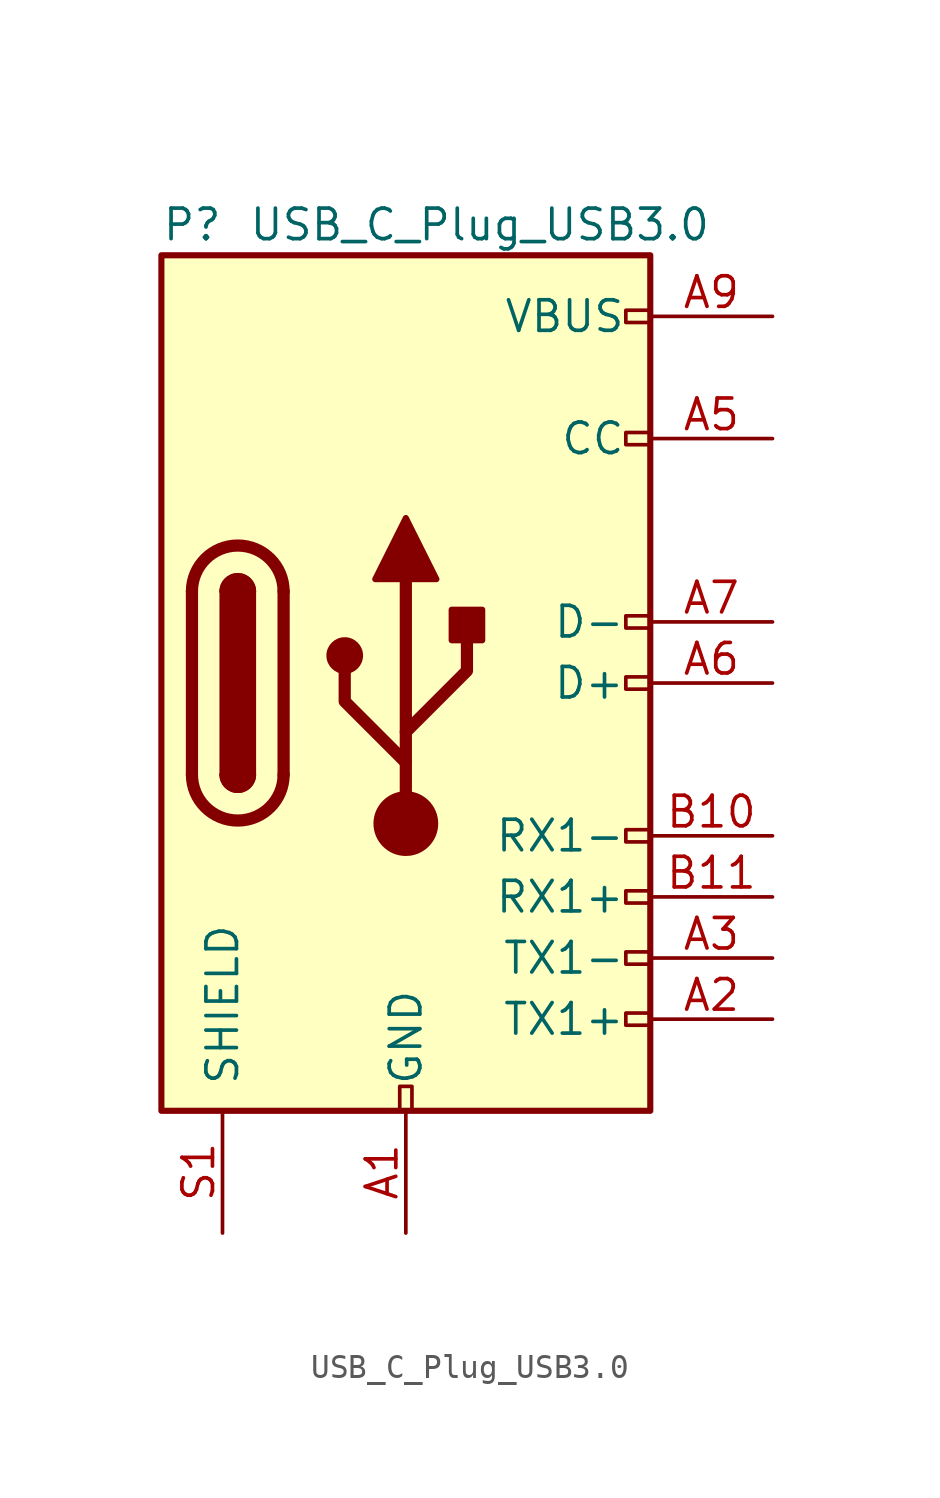
<source format=kicad_sym>
(kicad_symbol_lib
  (version 20231120)
  (generator "kicad_symbol_editor")
  (generator_version "8.0")
  (symbol "USB_C_Plug_USB3.0"
    (pin_names
      (offset 1.016))
    (property "Reference" "P"
      (at -10.16 19.05 0)
      (effects (font (size 1.27 1.27)) (justify left)))
    (property "Value" "USB_C_Plug_USB3.0"
      (at 12.7 19.05 0)
      (effects (font (size 1.27 1.27)) (justify right)))
    (symbol "USB_C_Plug_USB3.0_0_0"
      (rectangle (start -0.254 -17.78) (end 0.254 -16.764) (stroke (width 0) (type default)) (fill (type none)))
      (rectangle (start 10.16 -13.716) (end 9.144 -14.224) (stroke (width 0) (type default)) (fill (type none)))
      (rectangle (start 10.16 -11.176) (end 9.144 -11.684) (stroke (width 0) (type default)) (fill (type none)))
      (rectangle (start 10.16 -8.636) (end 9.144 -9.144) (stroke (width 0) (type default)) (fill (type none)))
      (rectangle (start 10.16 -6.096) (end 9.144 -6.604) (stroke (width 0) (type default)) (fill (type none)))
      (rectangle (start 10.16 0.254) (end 9.144 -0.254) (stroke (width 0) (type default)) (fill (type none)))
      (rectangle (start 10.16 2.794) (end 9.144 2.286) (stroke (width 0) (type default)) (fill (type none)))
      (rectangle (start 10.16 10.414) (end 9.144 9.906) (stroke (width 0) (type default)) (fill (type none)))
      (rectangle (start 10.16 15.494) (end 9.144 14.986) (stroke (width 0) (type default)) (fill (type none))))
    (symbol "USB_C_Plug_USB3.0_0_1"
      (rectangle (start -10.16 17.78) (end 10.16 -17.78) (stroke (width 0.254) (type default)) (fill (type background)))
      (arc (start -8.89 -3.81) (mid -6.985 -5.7067) (end -5.08 -3.81) (stroke (width 0.508) (type default)) (fill (type none)))
      (arc (start -7.62 -3.81) (mid -6.985 -4.4423) (end -6.35 -3.81) (stroke (width 0.254) (type default)) (fill (type none)))
      (arc (start -7.62 -3.81) (mid -6.985 -4.4423) (end -6.35 -3.81) (stroke (width 0.254) (type default)) (fill (type outline)))
      (rectangle (start -7.62 -3.81) (end -6.35 3.81) (stroke (width 0.254) (type default)) (fill (type outline)))
      (arc (start -6.35 3.81) (mid -6.985 4.4423) (end -7.62 3.81) (stroke (width 0.254) (type default)) (fill (type none)))
      (arc (start -6.35 3.81) (mid -6.985 4.4423) (end -7.62 3.81) (stroke (width 0.254) (type default)) (fill (type outline)))
      (arc (start -5.08 3.81) (mid -6.985 5.7067) (end -8.89 3.81) (stroke (width 0.508) (type default)) (fill (type none)))
      (circle (center -2.54 1.143) (radius 0.635) (stroke (width 0.254) (type default)) (fill (type outline)))
      (circle (center 0 -5.842) (radius 1.27) (stroke (width 0) (type default)) (fill (type outline)))
      (polyline (pts (xy -8.89 -3.81) (xy -8.89 3.81)) (stroke (width 0.508) (type default)) (fill (type none)))
      (polyline (pts (xy -5.08 3.81) (xy -5.08 -3.81)) (stroke (width 0.508) (type default)) (fill (type none)))
      (polyline (pts (xy 0 -5.842) (xy 0 4.318)) (stroke (width 0.508) (type default)) (fill (type none)))
      (polyline (pts (xy 0 -3.302) (xy -2.54 -0.762) (xy -2.54 0.508)) (stroke (width 0.508) (type default)) (fill (type none)))
      (polyline (pts (xy 0 -2.032) (xy 2.54 0.508) (xy 2.54 1.778)) (stroke (width 0.508) (type default)) (fill (type none)))
      (polyline (pts (xy -1.27 4.318) (xy 0 6.858) (xy 1.27 4.318) (xy -1.27 4.318)) (stroke (width 0.254) (type default)) (fill (type outline)))
      (rectangle (start 1.905 1.778) (end 3.175 3.048) (stroke (width 0.254) (type default)) (fill (type outline))))
    (symbol "USB_C_Plug_USB3.0_1_1"
      (pin passive line (at 0 -22.86 90) (length 5.08) (name "GND" (effects (font (size 1.27 1.27)))) (number "A1" (effects (font (size 1.27 1.27)))))
      (pin bidirectional line (at 15.24 -13.97 180) (length 5.08) (name "TX1+" (effects (font (size 1.27 1.27)))) (number "A2" (effects (font (size 1.27 1.27)))))
      (pin bidirectional line (at 15.24 -11.43 180) (length 5.08) (name "TX1-" (effects (font (size 1.27 1.27)))) (number "A3" (effects (font (size 1.27 1.27)))))
      (pin bidirectional line (at 15.24 10.16 180) (length 5.08) (name "CC" (effects (font (size 1.27 1.27)))) (number "A5" (effects (font (size 1.27 1.27)))))
      (pin bidirectional line (at 15.24 0 180) (length 5.08) (name "D+" (effects (font (size 1.27 1.27)))) (number "A6" (effects (font (size 1.27 1.27)))))
      (pin bidirectional line (at 15.24 2.54 180) (length 5.08) (name "D-" (effects (font (size 1.27 1.27)))) (number "A7" (effects (font (size 1.27 1.27)))))
      (pin passive line (at 15.24 15.24 180) (length 5.08) (name "VBUS" (effects (font (size 1.27 1.27)))) (number "A9" (effects (font (size 1.27 1.27)))))
      (pin bidirectional line (at 15.24 -6.35 180) (length 5.08) (name "RX1-" (effects (font (size 1.27 1.27)))) (number "B10" (effects (font (size 1.27 1.27)))))
      (pin bidirectional line (at 15.24 -8.89 180) (length 5.08) (name "RX1+" (effects (font (size 1.27 1.27)))) (number "B11" (effects (font (size 1.27 1.27)))))
      (pin passive line (at -7.62 -22.86 90) (length 5.08) (name "SHIELD" (effects (font (size 1.27 1.27)))) (number "S1" (effects (font (size 1.27 1.27))))))))
</source>
